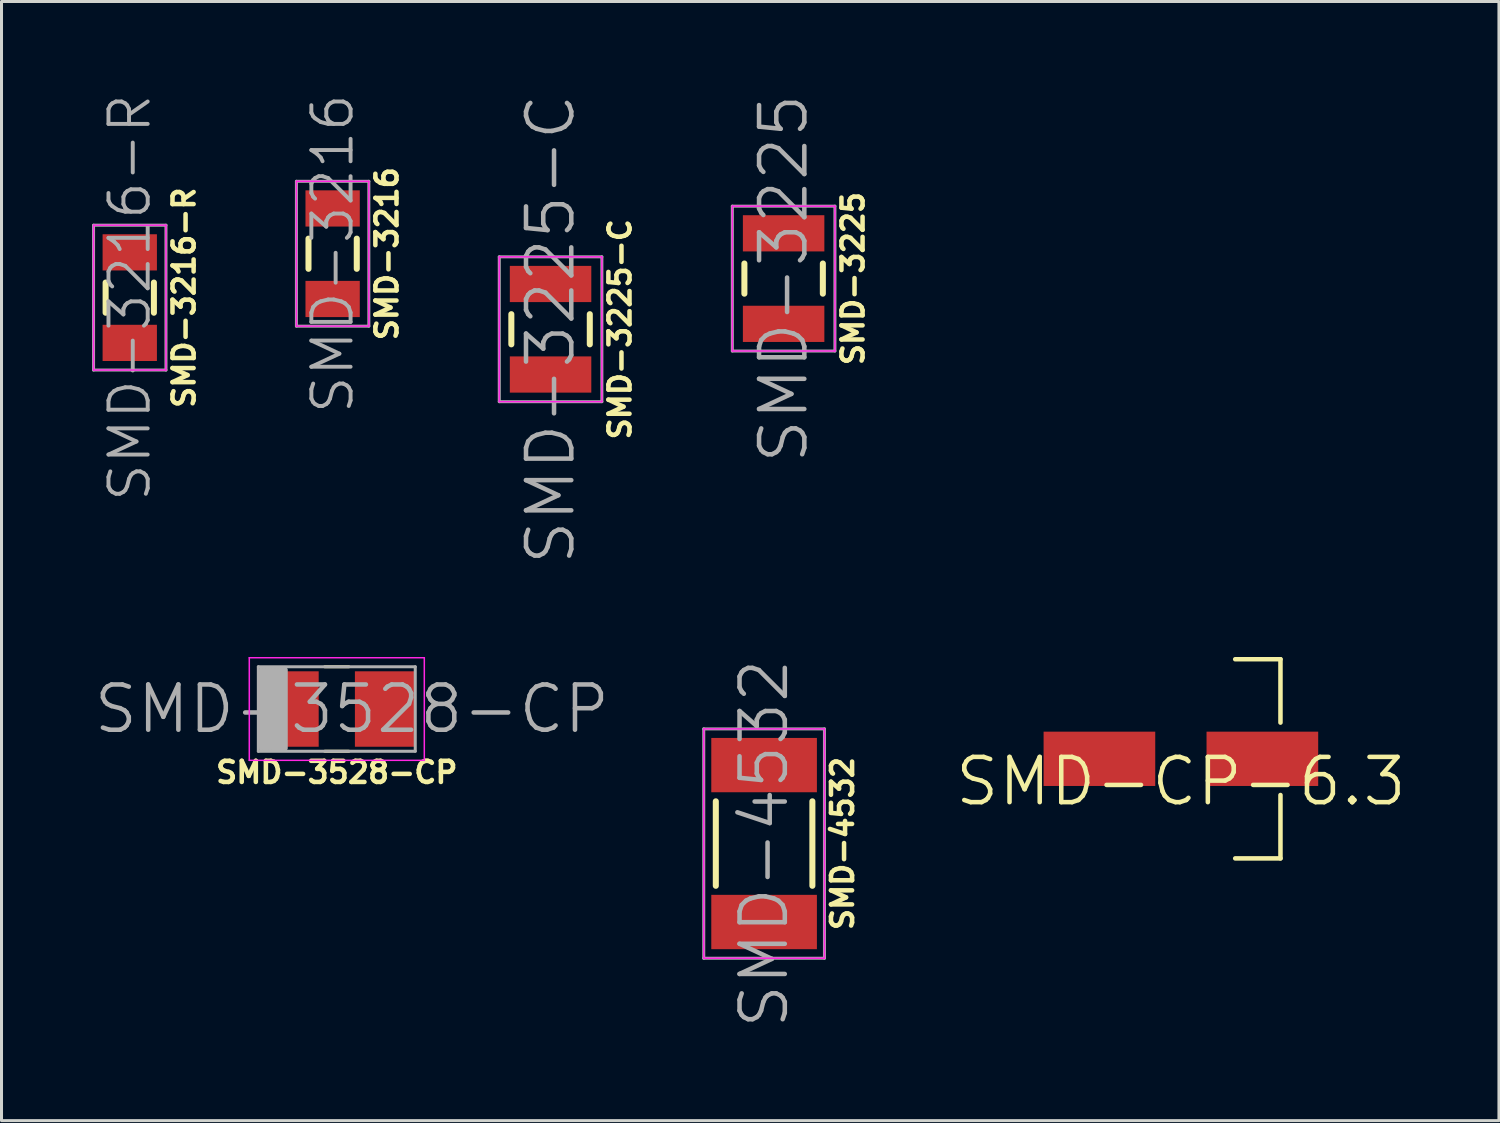
<source format=kicad_pcb>
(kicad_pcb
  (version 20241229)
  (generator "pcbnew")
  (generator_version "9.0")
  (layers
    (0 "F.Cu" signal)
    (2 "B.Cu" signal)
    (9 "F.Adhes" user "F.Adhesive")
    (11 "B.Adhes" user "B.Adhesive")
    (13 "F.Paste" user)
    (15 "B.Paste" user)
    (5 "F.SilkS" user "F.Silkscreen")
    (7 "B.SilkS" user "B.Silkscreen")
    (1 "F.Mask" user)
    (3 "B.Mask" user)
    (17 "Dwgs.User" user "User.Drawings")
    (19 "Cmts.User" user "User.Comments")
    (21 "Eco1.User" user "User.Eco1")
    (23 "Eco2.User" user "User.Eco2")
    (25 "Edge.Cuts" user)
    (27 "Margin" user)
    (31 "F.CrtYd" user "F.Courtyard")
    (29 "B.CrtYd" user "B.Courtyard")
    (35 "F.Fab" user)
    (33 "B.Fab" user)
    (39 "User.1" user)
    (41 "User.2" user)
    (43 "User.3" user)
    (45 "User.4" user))
  (footprint "SMD-3216"
    (layer "F.Cu")
    (at 7.973 5.358)
    (property "Reference" "SMD-3216" (at 1.8 0 90) (layer "F.SilkS") (effects (font (size 0.7 0.7) (thickness 0.15))))
    (attr through_hole)
    (fp_line (start -0.8 0.5) (end -0.8 -0.5) (stroke (width 0.2) (type solid)) (layer "F.SilkS"))
    (fp_line (start 0.8 -0.5) (end 0.8 0.5) (stroke (width 0.2) (type solid)) (layer "F.SilkS"))
    (fp_line (start -1.2 -2.4) (end 1.2 -2.4) (stroke (width 0.05) (type solid)) (layer "F.CrtYd"))
    (fp_line (start -1.2 2.4) (end -1.2 -2.4) (stroke (width 0.05) (type solid)) (layer "F.CrtYd"))
    (fp_line (start 1.2 -2.4) (end 1.2 2.4) (stroke (width 0.05) (type solid)) (layer "F.CrtYd"))
    (fp_line (start 1.2 2.4) (end -1.2 2.4) (stroke (width 0.05) (type solid)) (layer "F.CrtYd"))
    (fp_line (start -1.2 -2.4) (end 1.2 -2.4) (stroke (width 0.1) (type solid)) (layer "F.Fab"))
    (fp_line (start -1.2 2.4) (end -1.2 -2.4) (stroke (width 0.1) (type solid)) (layer "F.Fab"))
    (fp_line (start 1.2 -2.4) (end 1.2 2.4) (stroke (width 0.1) (type solid)) (layer "F.Fab"))
    (fp_line (start 1.2 2.4) (end -1.2 2.4) (stroke (width 0.1) (type solid)) (layer "F.Fab"))
    (fp_text user "${REFERENCE}" (at 0 0 90) (layer "F.Fab") (effects (font (size 1.3 1.3) (thickness 0.13))))
    (pad "1" smd rect (at 0 -1.5) (size 1.8 1.2) (layers "F.Cu" "F.Mask" "F.Paste"))
    (pad "2" smd rect (at 0 1.5) (size 1.8 1.2) (layers "F.Cu" "F.Mask" "F.Paste")))
  (footprint "SMD-3528-CP"
    (layer "F.Cu")
    (at 8.111 20.446)
    (property "Reference" "SMD-3528-CP" (at 0 2.1 0) (layer "F.SilkS") (effects (font (size 0.7 0.7) (thickness 0.15))))
    (attr through_hole)
    (fp_line (start -0.4 -1.4) (end 0.4 -1.4) (stroke (width 0.1) (type solid)) (layer "F.SilkS"))
    (fp_line (start -0.4 1.4) (end 0.4 1.4) (stroke (width 0.1) (type solid)) (layer "F.SilkS"))
    (fp_line (start -2.9 -1.7) (end 2.9 -1.7) (stroke (width 0.05) (type solid)) (layer "F.CrtYd"))
    (fp_line (start -2.9 1.7) (end -2.9 -1.7) (stroke (width 0.05) (type solid)) (layer "F.CrtYd"))
    (fp_line (start 2.9 -1.7) (end 2.9 1.7) (stroke (width 0.05) (type solid)) (layer "F.CrtYd"))
    (fp_line (start 2.9 1.7) (end -2.9 1.7) (stroke (width 0.05) (type solid)) (layer "F.CrtYd"))
    (fp_line (start -2.6 -1.4) (end 2.6 -1.4) (stroke (width 0.1) (type solid)) (layer "F.Fab"))
    (fp_line (start -2.6 1.4) (end -2.6 -1.4) (stroke (width 0.1) (type solid)) (layer "F.Fab"))
    (fp_line (start -2.5 -1.3) (end -2.5 1.3) (stroke (width 0.15) (type solid)) (layer "F.Fab"))
    (fp_line (start -2.4 1.3) (end -2.4 -1.3) (stroke (width 0.15) (type solid)) (layer "F.Fab"))
    (fp_line (start -2.3 -1.3) (end -2.3 1.3) (stroke (width 0.15) (type solid)) (layer "F.Fab"))
    (fp_line (start -2.2 1.3) (end -2.2 -1.3) (stroke (width 0.15) (type solid)) (layer "F.Fab"))
    (fp_line (start -2.1 1.3) (end -2.1 -1.3) (stroke (width 0.15) (type solid)) (layer "F.Fab"))
    (fp_line (start -2 -1.3) (end -2 1.3) (stroke (width 0.15) (type solid)) (layer "F.Fab"))
    (fp_line (start -1.9 1.3) (end -1.9 -1.3) (stroke (width 0.15) (type solid)) (layer "F.Fab"))
    (fp_line (start -1.8 -1.3) (end -1.8 1.3) (stroke (width 0.15) (type solid)) (layer "F.Fab"))
    (fp_line (start -1.7 1.3) (end -1.7 -1.3) (stroke (width 0.15) (type solid)) (layer "F.Fab"))
    (fp_line (start 2.6 -1.4) (end 2.6 1.4) (stroke (width 0.1) (type solid)) (layer "F.Fab"))
    (fp_line (start 2.6 1.4) (end -2.6 1.4) (stroke (width 0.1) (type solid)) (layer "F.Fab"))
    (fp_text user "${REFERENCE}" (at 0.5 0 0) (layer "F.Fab") (effects (font (size 1.5 1.5) (thickness 0.15))))
    (pad "+" smd rect (at -1.6 0) (size 2 2.5) (layers "F.Cu" "F.Mask" "F.Paste"))
    (pad "-" smd rect (at 1.6 0) (size 2 2.5) (layers "F.Cu" "F.Mask" "F.Paste")))
  (footprint "SMD-3225"
    (layer "F.Cu")
    (at 22.918 6.182)
    (property "Reference" "SMD-3225" (at 2.3 0 90) (layer "F.SilkS") (effects (font (size 0.7 0.7) (thickness 0.15))))
    (attr through_hole)
    (fp_line (start -1.3 0.5) (end -1.3 -0.5) (stroke (width 0.2) (type solid)) (layer "F.SilkS"))
    (fp_line (start 1.3 -0.5) (end 1.3 0.5) (stroke (width 0.2) (type solid)) (layer "F.SilkS"))
    (fp_line (start -1.7 -2.4) (end 1.7 -2.4) (stroke (width 0.05) (type solid)) (layer "F.CrtYd"))
    (fp_line (start -1.7 2.4) (end -1.7 -2.4) (stroke (width 0.05) (type solid)) (layer "F.CrtYd"))
    (fp_line (start 1.7 -2.4) (end 1.7 2.4) (stroke (width 0.05) (type solid)) (layer "F.CrtYd"))
    (fp_line (start 1.7 2.4) (end -1.7 2.4) (stroke (width 0.05) (type solid)) (layer "F.CrtYd"))
    (fp_line (start -1.7 -2.4) (end 1.7 -2.4) (stroke (width 0.1) (type solid)) (layer "F.Fab"))
    (fp_line (start -1.7 2.4) (end -1.7 -2.4) (stroke (width 0.1) (type solid)) (layer "F.Fab"))
    (fp_line (start 1.7 -2.4) (end 1.7 2.4) (stroke (width 0.1) (type solid)) (layer "F.Fab"))
    (fp_line (start 1.7 2.4) (end -1.7 2.4) (stroke (width 0.1) (type solid)) (layer "F.Fab"))
    (fp_text user "${REFERENCE}" (at 0 0 90) (layer "F.Fab") (effects (font (size 1.5 1.5) (thickness 0.15))))
    (pad "1" smd rect (at 0 -1.5) (size 2.7 1.2) (layers "F.Cu" "F.Mask" "F.Paste"))
    (pad "2" smd rect (at 0 1.5) (size 2.7 1.2) (layers "F.Cu" "F.Mask" "F.Paste")))
  (footprint "SMD-3216-R"
    (layer "F.Cu")
    (at 1.25 6.813)
    (property "Reference" "SMD-3216-R" (at 1.8 0 90) (layer "F.SilkS") (effects (font (size 0.7 0.7) (thickness 0.15))))
    (attr smd)
    (fp_line (start -0.8 0.5) (end -0.8 -0.5) (stroke (width 0.2) (type solid)) (layer "F.SilkS"))
    (fp_line (start 0.8 -0.5) (end 0.8 0.5) (stroke (width 0.2) (type solid)) (layer "F.SilkS"))
    (fp_line (start -1.2 -2.4) (end 1.2 -2.4) (stroke (width 0.05) (type solid)) (layer "F.CrtYd"))
    (fp_line (start -1.2 2.4) (end -1.2 -2.4) (stroke (width 0.05) (type solid)) (layer "F.CrtYd"))
    (fp_line (start 1.2 -2.4) (end 1.2 2.4) (stroke (width 0.05) (type solid)) (layer "F.CrtYd"))
    (fp_line (start 1.2 2.4) (end -1.2 2.4) (stroke (width 0.05) (type solid)) (layer "F.CrtYd"))
    (fp_line (start -1.2 -2.4) (end 1.2 -2.4) (stroke (width 0.1) (type solid)) (layer "F.Fab"))
    (fp_line (start -1.2 2.4) (end -1.2 -2.4) (stroke (width 0.1) (type solid)) (layer "F.Fab"))
    (fp_line (start 1.2 -2.4) (end 1.2 2.4) (stroke (width 0.1) (type solid)) (layer "F.Fab"))
    (fp_line (start 1.2 2.4) (end -1.2 2.4) (stroke (width 0.1) (type solid)) (layer "F.Fab"))
    (fp_text user "${REFERENCE}" (at 0 0 90) (layer "F.Fab") (effects (font (size 1.3 1.3) (thickness 0.13))))
    (pad "1" smd rect (at 0 -1.5) (size 1.8 1.2) (layers "F.Cu" "F.Mask" "F.Paste"))
    (pad "2" smd rect (at 0 1.5) (size 1.8 1.2) (layers "F.Cu" "F.Mask" "F.Paste")))
  (footprint "SMD-3225-C"
    (layer "F.Cu")
    (at 15.195 7.861)
    (property "Reference" "SMD-3225-C" (at 2.3 0 90) (layer "F.SilkS") (effects (font (size 0.7 0.7) (thickness 0.15))))
    (attr smd)
    (fp_line (start -1.3 0.5) (end -1.3 -0.5) (stroke (width 0.2) (type solid)) (layer "F.SilkS"))
    (fp_line (start 1.3 -0.5) (end 1.3 0.5) (stroke (width 0.2) (type solid)) (layer "F.SilkS"))
    (fp_line (start -1.7 -2.4) (end 1.7 -2.4) (stroke (width 0.05) (type solid)) (layer "F.CrtYd"))
    (fp_line (start -1.7 2.4) (end -1.7 -2.4) (stroke (width 0.05) (type solid)) (layer "F.CrtYd"))
    (fp_line (start 1.7 -2.4) (end 1.7 2.4) (stroke (width 0.05) (type solid)) (layer "F.CrtYd"))
    (fp_line (start 1.7 2.4) (end -1.7 2.4) (stroke (width 0.05) (type solid)) (layer "F.CrtYd"))
    (fp_line (start -1.7 -2.4) (end 1.7 -2.4) (stroke (width 0.1) (type solid)) (layer "F.Fab"))
    (fp_line (start -1.7 2.4) (end -1.7 -2.4) (stroke (width 0.1) (type solid)) (layer "F.Fab"))
    (fp_line (start 1.7 -2.4) (end 1.7 2.4) (stroke (width 0.1) (type solid)) (layer "F.Fab"))
    (fp_line (start 1.7 2.4) (end -1.7 2.4) (stroke (width 0.1) (type solid)) (layer "F.Fab"))
    (fp_text user "${REFERENCE}" (at 0 0 90) (layer "F.Fab") (effects (font (size 1.5 1.5) (thickness 0.15))))
    (pad "1" smd rect (at 0 -1.5) (size 2.7 1.2) (layers "F.Cu" "F.Mask" "F.Paste"))
    (pad "2" smd rect (at 0 1.5) (size 2.7 1.2) (layers "F.Cu" "F.Mask" "F.Paste")))
  (footprint "SMD-4532"
    (layer "F.Cu")
    (at 22.271 24.904)
    (property "Reference" "SMD-4532" (at 2.6 0 90) (layer "F.SilkS") (effects (font (size 0.7 0.7) (thickness 0.15))))
    (attr through_hole)
    (fp_line (start -1.6 1.4) (end -1.6 -1.4) (stroke (width 0.2) (type solid)) (layer "F.SilkS"))
    (fp_line (start 1.6 -1.4) (end 1.6 1.4) (stroke (width 0.2) (type solid)) (layer "F.SilkS"))
    (fp_line (start -2 -3.8) (end 2 -3.8) (stroke (width 0.05) (type solid)) (layer "F.CrtYd"))
    (fp_line (start -2 3.8) (end -2 -3.8) (stroke (width 0.05) (type solid)) (layer "F.CrtYd"))
    (fp_line (start 2 -3.8) (end 2 3.8) (stroke (width 0.05) (type solid)) (layer "F.CrtYd"))
    (fp_line (start 2 3.8) (end -2 3.8) (stroke (width 0.05) (type solid)) (layer "F.CrtYd"))
    (fp_line (start -2 -3.8) (end 2 -3.8) (stroke (width 0.1) (type solid)) (layer "F.Fab"))
    (fp_line (start -2 3.8) (end -2 -3.8) (stroke (width 0.1) (type solid)) (layer "F.Fab"))
    (fp_line (start 2 -3.8) (end 2 3.8) (stroke (width 0.1) (type solid)) (layer "F.Fab"))
    (fp_line (start 2 3.8) (end -2 3.8) (stroke (width 0.1) (type solid)) (layer "F.Fab"))
    (fp_text user "${REFERENCE}" (at 0 0 90) (layer "F.Fab") (effects (font (size 1.5 1.5) (thickness 0.15))))
    (pad "1" smd rect (at 0 -2.6) (size 3.5 1.8) (layers "F.Cu" "F.Mask" "F.Paste"))
    (pad "2" smd rect (at 0 2.6) (size 3.5 1.8) (layers "F.Cu" "F.Mask" "F.Paste")))
  (footprint "SMD-CP-6.3"
    (layer "F.Cu")
    (at 36.083 22.096)
    (property "Reference" "SMD-CP-6.3" (at 0 0.75 0) (layer "F.SilkS") (effects (font (size 1.5 1.5) (thickness 0.15))))
    (attr through_hole)
    (fp_line (start 3.3 -3.3) (end 1.8 -3.3) (stroke (width 0.15) (type solid)) (layer "F.SilkS"))
    (fp_line (start 3.3 -3.3) (end 3.3 -1.2) (stroke (width 0.15) (type solid)) (layer "F.SilkS"))
    (fp_line (start 3.3 3.3) (end 1.8 3.3) (stroke (width 0.15) (type solid)) (layer "F.SilkS"))
    (fp_line (start 3.3 3.3) (end 3.3 1.2) (stroke (width 0.15) (type solid)) (layer "F.SilkS"))
    (pad "+" smd rect (at -2.7 0) (size 3.7 1.8) (layers "F.Cu" "F.Mask" "F.Paste"))
    (pad "-" smd rect (at 2.7 0) (size 3.7 1.8) (layers "F.Cu" "F.Mask" "F.Paste")))
  (gr_rect
    (start -3 -3)
    (end 46.623 34.086)
    (stroke (width 0.1) (type default))
    (fill no)
    (layer "Edge.Cuts")))
</source>
